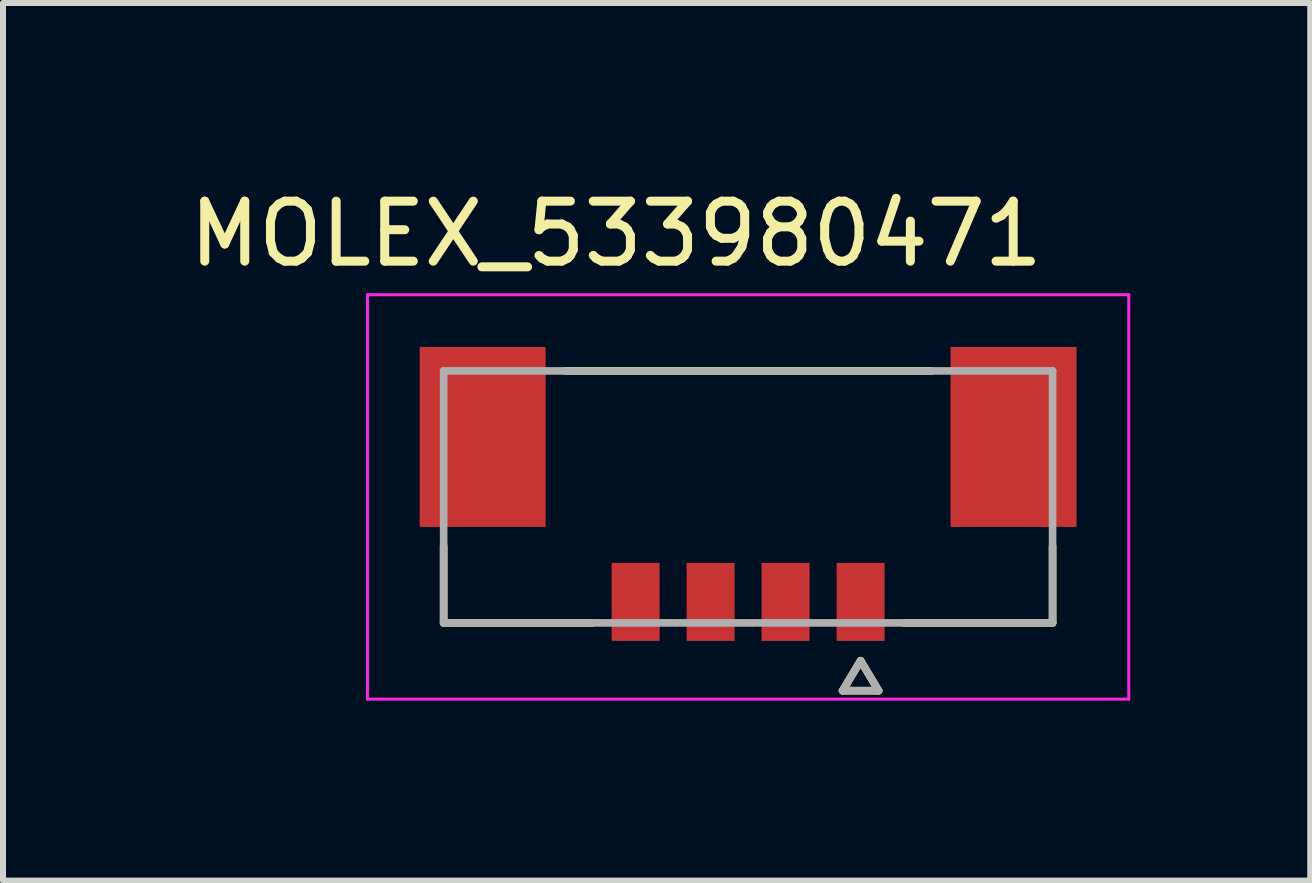
<source format=kicad_pcb>
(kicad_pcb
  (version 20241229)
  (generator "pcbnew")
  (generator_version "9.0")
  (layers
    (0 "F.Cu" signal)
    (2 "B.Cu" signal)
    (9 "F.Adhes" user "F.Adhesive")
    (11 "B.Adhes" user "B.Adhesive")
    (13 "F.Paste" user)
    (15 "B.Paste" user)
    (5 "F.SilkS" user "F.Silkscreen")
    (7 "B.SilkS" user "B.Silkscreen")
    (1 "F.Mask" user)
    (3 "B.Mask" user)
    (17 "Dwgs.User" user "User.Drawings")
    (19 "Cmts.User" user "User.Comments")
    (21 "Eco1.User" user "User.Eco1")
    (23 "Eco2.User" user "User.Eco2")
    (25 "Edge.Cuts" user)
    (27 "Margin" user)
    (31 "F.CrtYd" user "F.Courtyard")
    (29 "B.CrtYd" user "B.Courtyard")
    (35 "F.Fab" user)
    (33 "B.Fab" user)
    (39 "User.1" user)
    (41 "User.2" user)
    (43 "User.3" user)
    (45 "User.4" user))
  (footprint "MOLEX_533980471"
    (layer "F.Cu")
    (at 9.42 5.233)
    (property "Reference" "MOLEX_533980471" (at -2.2 -4.385 0) (layer "F.SilkS") (effects (font (size 1 1) (thickness 0.15))))
    (attr smd)
    (fp_poly (pts (xy -5.551 -2.576) (xy -3.299 -2.576) (xy -3.299 0.576) (xy -5.551 0.576)) (stroke (width 0.01) (type solid)) (fill yes) (layer "F.Mask"))
    (fp_poly (pts (xy -2.351 1.024) (xy -1.399 1.024) (xy -1.399 2.476) (xy -2.351 2.476)) (stroke (width 0.01) (type solid)) (fill yes) (layer "F.Mask"))
    (fp_poly (pts (xy -1.101 1.024) (xy -0.149 1.024) (xy -0.149 2.476) (xy -1.101 2.476)) (stroke (width 0.01) (type solid)) (fill yes) (layer "F.Mask"))
    (fp_poly (pts (xy 0.149 1.024) (xy 1.101 1.024) (xy 1.101 2.476) (xy 0.149 2.476)) (stroke (width 0.01) (type solid)) (fill yes) (layer "F.Mask"))
    (fp_poly (pts (xy 1.399 1.024) (xy 2.351 1.024) (xy 2.351 2.476) (xy 1.399 2.476)) (stroke (width 0.01) (type solid)) (fill yes) (layer "F.Mask"))
    (fp_poly (pts (xy 3.299 -2.576) (xy 5.551 -2.576) (xy 5.551 0.576) (xy 3.299 0.576)) (stroke (width 0.01) (type solid)) (fill yes) (layer "F.Mask"))
    (fp_line (start -5.075 2.1) (end -5.075 0.82) (stroke (width 0.127) (type solid)) (layer "F.SilkS"))
    (fp_line (start -2.595 2.1) (end -5.075 2.1) (stroke (width 0.127) (type solid)) (layer "F.SilkS"))
    (fp_line (start 1.575 3.23) (end 1.875 2.73) (stroke (width 0.127) (type solid)) (layer "F.SilkS"))
    (fp_line (start 1.875 2.73) (end 2.175 3.23) (stroke (width 0.127) (type solid)) (layer "F.SilkS"))
    (fp_line (start 2.175 3.23) (end 1.575 3.23) (stroke (width 0.127) (type solid)) (layer "F.SilkS"))
    (fp_line (start 3.055 -2.1) (end -3.055 -2.1) (stroke (width 0.127) (type solid)) (layer "F.SilkS"))
    (fp_line (start 5.075 0.82) (end 5.075 2.1) (stroke (width 0.127) (type solid)) (layer "F.SilkS"))
    (fp_line (start 5.075 2.1) (end 2.595 2.1) (stroke (width 0.127) (type solid)) (layer "F.SilkS"))
    (fp_line (start -6.345 -3.37) (end 6.345 -3.37) (stroke (width 0.05) (type solid)) (layer "F.CrtYd"))
    (fp_line (start -6.345 3.37) (end -6.345 -3.37) (stroke (width 0.05) (type solid)) (layer "F.CrtYd"))
    (fp_line (start -6.345 3.37) (end 6.345 3.37) (stroke (width 0.05) (type solid)) (layer "F.CrtYd"))
    (fp_line (start 6.345 -3.37) (end 6.345 3.37) (stroke (width 0.05) (type solid)) (layer "F.CrtYd"))
    (fp_line (start -5.075 -2.1) (end 5.075 -2.1) (stroke (width 0.127) (type solid)) (layer "F.Fab"))
    (fp_line (start -5.075 2.1) (end -5.075 -2.1) (stroke (width 0.127) (type solid)) (layer "F.Fab"))
    (fp_line (start 1.575 3.23) (end 1.875 2.73) (stroke (width 0.127) (type solid)) (layer "F.Fab"))
    (fp_line (start 1.875 2.73) (end 2.175 3.23) (stroke (width 0.127) (type solid)) (layer "F.Fab"))
    (fp_line (start 2.175 3.23) (end 1.575 3.23) (stroke (width 0.127) (type solid)) (layer "F.Fab"))
    (fp_line (start 5.075 -2.1) (end 5.075 2.1) (stroke (width 0.127) (type solid)) (layer "F.Fab"))
    (fp_line (start 5.075 2.1) (end -5.075 2.1) (stroke (width 0.127) (type solid)) (layer "F.Fab"))
    (pad "1" smd rect (at 1.875 1.75) (size 0.8 1.3) (layers "F.Cu" "F.Paste"))
    (pad "2" smd rect (at 0.625 1.75) (size 0.8 1.3) (layers "F.Cu" "F.Paste"))
    (pad "3" smd rect (at -0.625 1.75) (size 0.8 1.3) (layers "F.Cu" "F.Paste"))
    (pad "4" smd rect (at -1.875 1.75) (size 0.8 1.3) (layers "F.Cu" "F.Paste"))
    (pad "S1" smd rect (at -4.425 -1) (size 2.1 3) (layers "F.Cu" "F.Paste"))
    (pad "S2" smd rect (at 4.425 -1) (size 2.1 3) (layers "F.Cu" "F.Paste")))
  (gr_rect
    (start -3 -3)
    (end 18.79 11.628)
    (stroke (width 0.1) (type default))
    (fill no)
    (layer "Edge.Cuts")))
</source>
